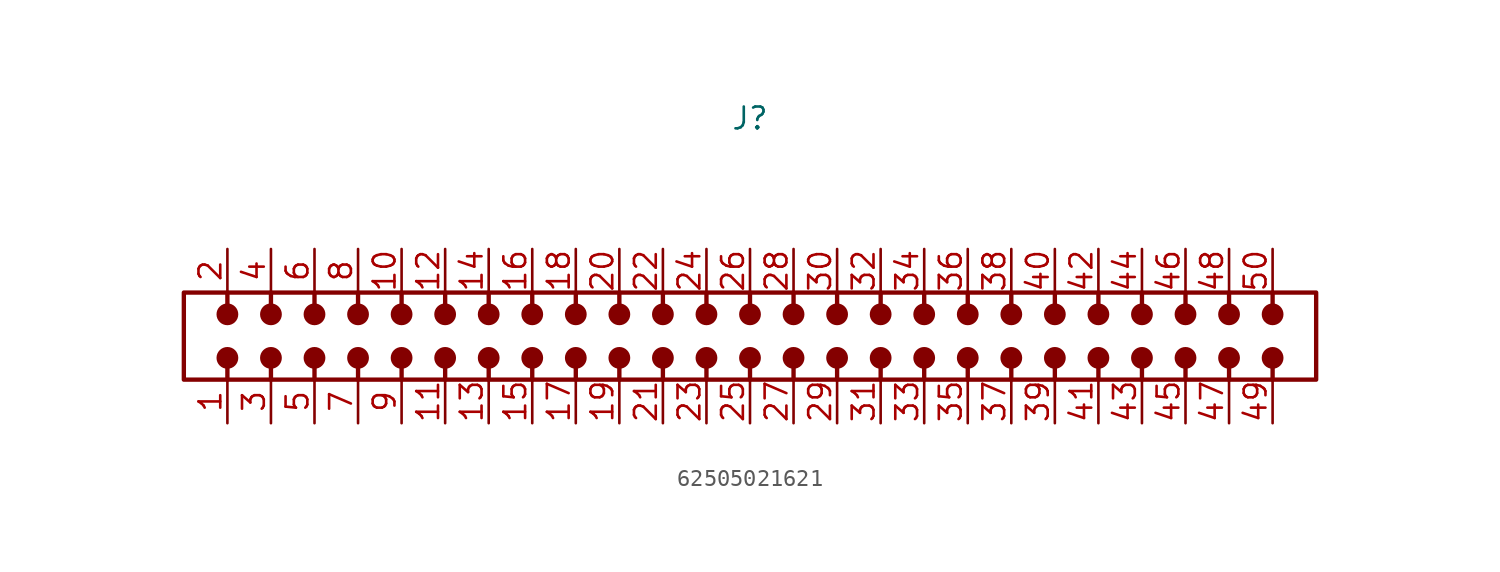
<source format=kicad_sym>
(kicad_symbol_lib
  (version 20241209)
  (generator "kicad_symbol_editor")
  (generator_version "9.0")
  (symbol "62505021621"
    (pin_names
      (hide yes))
    (property "Reference" "J"
      (at 0 12.7 0)
      (effects (font (size 1.27 1.27))))
    (symbol "62505021621_1_1"
      (rectangle (start -33.02 2.54) (end 33.02 -2.54) (stroke (width 0.254) (type solid)) (fill (type none)))
      (polyline (pts (xy -30.48 1.778) (xy -30.48 2.54)) (stroke (width 0.254) (type solid)) (fill (type none)))
      (circle (center -30.48 1.27) (radius 0.508) (stroke (width 0.254) (type solid)) (fill (type outline)))
      (circle (center -30.48 -1.27) (radius 0.508) (stroke (width 0.254) (type solid)) (fill (type outline)))
      (polyline (pts (xy -30.48 -1.778) (xy -30.48 -2.54)) (stroke (width 0.254) (type solid)) (fill (type none)))
      (polyline (pts (xy -27.94 1.778) (xy -27.94 2.54)) (stroke (width 0.254) (type solid)) (fill (type none)))
      (circle (center -27.94 1.27) (radius 0.508) (stroke (width 0.254) (type solid)) (fill (type outline)))
      (circle (center -27.94 -1.27) (radius 0.508) (stroke (width 0.254) (type solid)) (fill (type outline)))
      (polyline (pts (xy -27.94 -1.778) (xy -27.94 -2.54)) (stroke (width 0.254) (type solid)) (fill (type none)))
      (polyline (pts (xy -25.4 1.778) (xy -25.4 2.54)) (stroke (width 0.254) (type solid)) (fill (type none)))
      (circle (center -25.4 1.27) (radius 0.508) (stroke (width 0.254) (type solid)) (fill (type outline)))
      (circle (center -25.4 -1.27) (radius 0.508) (stroke (width 0.254) (type solid)) (fill (type outline)))
      (polyline (pts (xy -25.4 -1.778) (xy -25.4 -2.54)) (stroke (width 0.254) (type solid)) (fill (type none)))
      (polyline (pts (xy -22.86 1.778) (xy -22.86 2.54)) (stroke (width 0.254) (type solid)) (fill (type none)))
      (circle (center -22.86 1.27) (radius 0.508) (stroke (width 0.254) (type solid)) (fill (type outline)))
      (circle (center -22.86 -1.27) (radius 0.508) (stroke (width 0.254) (type solid)) (fill (type outline)))
      (polyline (pts (xy -22.86 -1.778) (xy -22.86 -2.54)) (stroke (width 0.254) (type solid)) (fill (type none)))
      (polyline (pts (xy -20.32 1.778) (xy -20.32 2.54)) (stroke (width 0.254) (type solid)) (fill (type none)))
      (circle (center -20.32 1.27) (radius 0.508) (stroke (width 0.254) (type solid)) (fill (type outline)))
      (circle (center -20.32 -1.27) (radius 0.508) (stroke (width 0.254) (type solid)) (fill (type outline)))
      (polyline (pts (xy -20.32 -1.778) (xy -20.32 -2.54)) (stroke (width 0.254) (type solid)) (fill (type none)))
      (polyline (pts (xy -17.78 1.778) (xy -17.78 2.54)) (stroke (width 0.254) (type solid)) (fill (type none)))
      (circle (center -17.78 1.27) (radius 0.508) (stroke (width 0.254) (type solid)) (fill (type outline)))
      (circle (center -17.78 -1.27) (radius 0.508) (stroke (width 0.254) (type solid)) (fill (type outline)))
      (polyline (pts (xy -17.78 -1.778) (xy -17.78 -2.54)) (stroke (width 0.254) (type solid)) (fill (type none)))
      (polyline (pts (xy -15.24 1.778) (xy -15.24 2.54)) (stroke (width 0.254) (type solid)) (fill (type none)))
      (circle (center -15.24 1.27) (radius 0.508) (stroke (width 0.254) (type solid)) (fill (type outline)))
      (circle (center -15.24 -1.27) (radius 0.508) (stroke (width 0.254) (type solid)) (fill (type outline)))
      (polyline (pts (xy -15.24 -1.778) (xy -15.24 -2.54)) (stroke (width 0.254) (type solid)) (fill (type none)))
      (polyline (pts (xy -12.7 1.778) (xy -12.7 2.54)) (stroke (width 0.254) (type solid)) (fill (type none)))
      (circle (center -12.7 1.27) (radius 0.508) (stroke (width 0.254) (type solid)) (fill (type outline)))
      (circle (center -12.7 -1.27) (radius 0.508) (stroke (width 0.254) (type solid)) (fill (type outline)))
      (polyline (pts (xy -12.7 -1.778) (xy -12.7 -2.54)) (stroke (width 0.254) (type solid)) (fill (type none)))
      (polyline (pts (xy -10.16 1.778) (xy -10.16 2.54)) (stroke (width 0.254) (type solid)) (fill (type none)))
      (circle (center -10.16 1.27) (radius 0.508) (stroke (width 0.254) (type solid)) (fill (type outline)))
      (circle (center -10.16 -1.27) (radius 0.508) (stroke (width 0.254) (type solid)) (fill (type outline)))
      (polyline (pts (xy -10.16 -1.778) (xy -10.16 -2.54)) (stroke (width 0.254) (type solid)) (fill (type none)))
      (polyline (pts (xy -7.62 1.778) (xy -7.62 2.54)) (stroke (width 0.254) (type solid)) (fill (type none)))
      (circle (center -7.62 1.27) (radius 0.508) (stroke (width 0.254) (type solid)) (fill (type outline)))
      (circle (center -7.62 -1.27) (radius 0.508) (stroke (width 0.254) (type solid)) (fill (type outline)))
      (polyline (pts (xy -7.62 -1.778) (xy -7.62 -2.54)) (stroke (width 0.254) (type solid)) (fill (type none)))
      (polyline (pts (xy -5.08 1.778) (xy -5.08 2.54)) (stroke (width 0.254) (type solid)) (fill (type none)))
      (circle (center -5.08 1.27) (radius 0.508) (stroke (width 0.254) (type solid)) (fill (type outline)))
      (circle (center -5.08 -1.27) (radius 0.508) (stroke (width 0.254) (type solid)) (fill (type outline)))
      (polyline (pts (xy -5.08 -1.778) (xy -5.08 -2.54)) (stroke (width 0.254) (type solid)) (fill (type none)))
      (polyline (pts (xy -2.54 1.778) (xy -2.54 2.54)) (stroke (width 0.254) (type solid)) (fill (type none)))
      (circle (center -2.54 1.27) (radius 0.508) (stroke (width 0.254) (type solid)) (fill (type outline)))
      (circle (center -2.54 -1.27) (radius 0.508) (stroke (width 0.254) (type solid)) (fill (type outline)))
      (polyline (pts (xy -2.54 -1.778) (xy -2.54 -2.54)) (stroke (width 0.254) (type solid)) (fill (type none)))
      (polyline (pts (xy 0 1.778) (xy 0 2.54)) (stroke (width 0.254) (type solid)) (fill (type none)))
      (circle (center 0 1.27) (radius 0.508) (stroke (width 0.254) (type solid)) (fill (type outline)))
      (circle (center 0 -1.27) (radius 0.508) (stroke (width 0.254) (type solid)) (fill (type outline)))
      (polyline (pts (xy 0 -1.778) (xy 0 -2.54)) (stroke (width 0.254) (type solid)) (fill (type none)))
      (polyline (pts (xy 2.54 1.778) (xy 2.54 2.54)) (stroke (width 0.254) (type solid)) (fill (type none)))
      (circle (center 2.54 1.27) (radius 0.508) (stroke (width 0.254) (type solid)) (fill (type outline)))
      (circle (center 2.54 -1.27) (radius 0.508) (stroke (width 0.254) (type solid)) (fill (type outline)))
      (polyline (pts (xy 2.54 -1.778) (xy 2.54 -2.54)) (stroke (width 0.254) (type solid)) (fill (type none)))
      (polyline (pts (xy 5.08 1.778) (xy 5.08 2.54)) (stroke (width 0.254) (type solid)) (fill (type none)))
      (circle (center 5.08 1.27) (radius 0.508) (stroke (width 0.254) (type solid)) (fill (type outline)))
      (circle (center 5.08 -1.27) (radius 0.508) (stroke (width 0.254) (type solid)) (fill (type outline)))
      (polyline (pts (xy 5.08 -1.778) (xy 5.08 -2.54)) (stroke (width 0.254) (type solid)) (fill (type none)))
      (polyline (pts (xy 7.62 1.778) (xy 7.62 2.54)) (stroke (width 0.254) (type solid)) (fill (type none)))
      (circle (center 7.62 1.27) (radius 0.508) (stroke (width 0.254) (type solid)) (fill (type outline)))
      (circle (center 7.62 -1.27) (radius 0.508) (stroke (width 0.254) (type solid)) (fill (type outline)))
      (polyline (pts (xy 7.62 -1.778) (xy 7.62 -2.54)) (stroke (width 0.254) (type solid)) (fill (type none)))
      (polyline (pts (xy 10.16 1.778) (xy 10.16 2.54)) (stroke (width 0.254) (type solid)) (fill (type none)))
      (circle (center 10.16 1.27) (radius 0.508) (stroke (width 0.254) (type solid)) (fill (type outline)))
      (circle (center 10.16 -1.27) (radius 0.508) (stroke (width 0.254) (type solid)) (fill (type outline)))
      (polyline (pts (xy 10.16 -1.778) (xy 10.16 -2.54)) (stroke (width 0.254) (type solid)) (fill (type none)))
      (polyline (pts (xy 12.7 1.778) (xy 12.7 2.54)) (stroke (width 0.254) (type solid)) (fill (type none)))
      (circle (center 12.7 1.27) (radius 0.508) (stroke (width 0.254) (type solid)) (fill (type outline)))
      (circle (center 12.7 -1.27) (radius 0.508) (stroke (width 0.254) (type solid)) (fill (type outline)))
      (polyline (pts (xy 12.7 -1.778) (xy 12.7 -2.54)) (stroke (width 0.254) (type solid)) (fill (type none)))
      (polyline (pts (xy 15.24 1.778) (xy 15.24 2.54)) (stroke (width 0.254) (type solid)) (fill (type none)))
      (circle (center 15.24 1.27) (radius 0.508) (stroke (width 0.254) (type solid)) (fill (type outline)))
      (circle (center 15.24 -1.27) (radius 0.508) (stroke (width 0.254) (type solid)) (fill (type outline)))
      (polyline (pts (xy 15.24 -1.778) (xy 15.24 -2.54)) (stroke (width 0.254) (type solid)) (fill (type none)))
      (polyline (pts (xy 17.78 1.778) (xy 17.78 2.54)) (stroke (width 0.254) (type solid)) (fill (type none)))
      (circle (center 17.78 1.27) (radius 0.508) (stroke (width 0.254) (type solid)) (fill (type outline)))
      (circle (center 17.78 -1.27) (radius 0.508) (stroke (width 0.254) (type solid)) (fill (type outline)))
      (polyline (pts (xy 17.78 -1.778) (xy 17.78 -2.54)) (stroke (width 0.254) (type solid)) (fill (type none)))
      (polyline (pts (xy 20.32 1.778) (xy 20.32 2.54)) (stroke (width 0.254) (type solid)) (fill (type none)))
      (circle (center 20.32 1.27) (radius 0.508) (stroke (width 0.254) (type solid)) (fill (type outline)))
      (circle (center 20.32 -1.27) (radius 0.508) (stroke (width 0.254) (type solid)) (fill (type outline)))
      (polyline (pts (xy 20.32 -1.778) (xy 20.32 -2.54)) (stroke (width 0.254) (type solid)) (fill (type none)))
      (polyline (pts (xy 22.86 1.778) (xy 22.86 2.54)) (stroke (width 0.254) (type solid)) (fill (type none)))
      (circle (center 22.86 1.27) (radius 0.508) (stroke (width 0.254) (type solid)) (fill (type outline)))
      (circle (center 22.86 -1.27) (radius 0.508) (stroke (width 0.254) (type solid)) (fill (type outline)))
      (polyline (pts (xy 22.86 -1.778) (xy 22.86 -2.54)) (stroke (width 0.254) (type solid)) (fill (type none)))
      (polyline (pts (xy 25.4 1.778) (xy 25.4 2.54)) (stroke (width 0.254) (type solid)) (fill (type none)))
      (circle (center 25.4 1.27) (radius 0.508) (stroke (width 0.254) (type solid)) (fill (type outline)))
      (circle (center 25.4 -1.27) (radius 0.508) (stroke (width 0.254) (type solid)) (fill (type outline)))
      (polyline (pts (xy 25.4 -1.778) (xy 25.4 -2.54)) (stroke (width 0.254) (type solid)) (fill (type none)))
      (polyline (pts (xy 27.94 1.778) (xy 27.94 2.54)) (stroke (width 0.254) (type solid)) (fill (type none)))
      (circle (center 27.94 1.27) (radius 0.508) (stroke (width 0.254) (type solid)) (fill (type outline)))
      (circle (center 27.94 -1.27) (radius 0.508) (stroke (width 0.254) (type solid)) (fill (type outline)))
      (polyline (pts (xy 27.94 -1.778) (xy 27.94 -2.54)) (stroke (width 0.254) (type solid)) (fill (type none)))
      (polyline (pts (xy 30.48 1.778) (xy 30.48 2.54)) (stroke (width 0.254) (type solid)) (fill (type none)))
      (circle (center 30.48 1.27) (radius 0.508) (stroke (width 0.254) (type solid)) (fill (type outline)))
      (circle (center 30.48 -1.27) (radius 0.508) (stroke (width 0.254) (type solid)) (fill (type outline)))
      (polyline (pts (xy 30.48 -1.778) (xy 30.48 -2.54)) (stroke (width 0.254) (type solid)) (fill (type none)))
      (pin passive line (at -30.48 5.08 270) (length 2.54) (name "2" (effects (font (size 1.27 1.27)))) (number "2" (effects (font (size 1.27 1.27)))))
      (pin passive line (at -30.48 -5.08 90) (length 2.54) (name "1" (effects (font (size 1.27 1.27)))) (number "1" (effects (font (size 1.27 1.27)))))
      (pin passive line (at -27.94 5.08 270) (length 2.54) (name "4" (effects (font (size 1.27 1.27)))) (number "4" (effects (font (size 1.27 1.27)))))
      (pin passive line (at -27.94 -5.08 90) (length 2.54) (name "3" (effects (font (size 1.27 1.27)))) (number "3" (effects (font (size 1.27 1.27)))))
      (pin passive line (at -25.4 5.08 270) (length 2.54) (name "6" (effects (font (size 1.27 1.27)))) (number "6" (effects (font (size 1.27 1.27)))))
      (pin passive line (at -25.4 -5.08 90) (length 2.54) (name "5" (effects (font (size 1.27 1.27)))) (number "5" (effects (font (size 1.27 1.27)))))
      (pin passive line (at -22.86 5.08 270) (length 2.54) (name "8" (effects (font (size 1.27 1.27)))) (number "8" (effects (font (size 1.27 1.27)))))
      (pin passive line (at -22.86 -5.08 90) (length 2.54) (name "7" (effects (font (size 1.27 1.27)))) (number "7" (effects (font (size 1.27 1.27)))))
      (pin passive line (at -20.32 5.08 270) (length 2.54) (name "10" (effects (font (size 1.27 1.27)))) (number "10" (effects (font (size 1.27 1.27)))))
      (pin passive line (at -20.32 -5.08 90) (length 2.54) (name "9" (effects (font (size 1.27 1.27)))) (number "9" (effects (font (size 1.27 1.27)))))
      (pin passive line (at -17.78 5.08 270) (length 2.54) (name "12" (effects (font (size 1.27 1.27)))) (number "12" (effects (font (size 1.27 1.27)))))
      (pin passive line (at -17.78 -5.08 90) (length 2.54) (name "11" (effects (font (size 1.27 1.27)))) (number "11" (effects (font (size 1.27 1.27)))))
      (pin passive line (at -15.24 5.08 270) (length 2.54) (name "14" (effects (font (size 1.27 1.27)))) (number "14" (effects (font (size 1.27 1.27)))))
      (pin passive line (at -15.24 -5.08 90) (length 2.54) (name "13" (effects (font (size 1.27 1.27)))) (number "13" (effects (font (size 1.27 1.27)))))
      (pin passive line (at -12.7 5.08 270) (length 2.54) (name "16" (effects (font (size 1.27 1.27)))) (number "16" (effects (font (size 1.27 1.27)))))
      (pin passive line (at -12.7 -5.08 90) (length 2.54) (name "15" (effects (font (size 1.27 1.27)))) (number "15" (effects (font (size 1.27 1.27)))))
      (pin passive line (at -10.16 5.08 270) (length 2.54) (name "18" (effects (font (size 1.27 1.27)))) (number "18" (effects (font (size 1.27 1.27)))))
      (pin passive line (at -10.16 -5.08 90) (length 2.54) (name "17" (effects (font (size 1.27 1.27)))) (number "17" (effects (font (size 1.27 1.27)))))
      (pin passive line (at -7.62 5.08 270) (length 2.54) (name "20" (effects (font (size 1.27 1.27)))) (number "20" (effects (font (size 1.27 1.27)))))
      (pin passive line (at -7.62 -5.08 90) (length 2.54) (name "19" (effects (font (size 1.27 1.27)))) (number "19" (effects (font (size 1.27 1.27)))))
      (pin passive line (at -5.08 5.08 270) (length 2.54) (name "22" (effects (font (size 1.27 1.27)))) (number "22" (effects (font (size 1.27 1.27)))))
      (pin passive line (at -5.08 -5.08 90) (length 2.54) (name "21" (effects (font (size 1.27 1.27)))) (number "21" (effects (font (size 1.27 1.27)))))
      (pin passive line (at -2.54 5.08 270) (length 2.54) (name "24" (effects (font (size 1.27 1.27)))) (number "24" (effects (font (size 1.27 1.27)))))
      (pin passive line (at -2.54 -5.08 90) (length 2.54) (name "23" (effects (font (size 1.27 1.27)))) (number "23" (effects (font (size 1.27 1.27)))))
      (pin passive line (at 0 5.08 270) (length 2.54) (name "26" (effects (font (size 1.27 1.27)))) (number "26" (effects (font (size 1.27 1.27)))))
      (pin passive line (at 0 -5.08 90) (length 2.54) (name "25" (effects (font (size 1.27 1.27)))) (number "25" (effects (font (size 1.27 1.27)))))
      (pin passive line (at 2.54 5.08 270) (length 2.54) (name "28" (effects (font (size 1.27 1.27)))) (number "28" (effects (font (size 1.27 1.27)))))
      (pin passive line (at 2.54 -5.08 90) (length 2.54) (name "27" (effects (font (size 1.27 1.27)))) (number "27" (effects (font (size 1.27 1.27)))))
      (pin passive line (at 5.08 5.08 270) (length 2.54) (name "30" (effects (font (size 1.27 1.27)))) (number "30" (effects (font (size 1.27 1.27)))))
      (pin passive line (at 5.08 -5.08 90) (length 2.54) (name "29" (effects (font (size 1.27 1.27)))) (number "29" (effects (font (size 1.27 1.27)))))
      (pin passive line (at 7.62 5.08 270) (length 2.54) (name "32" (effects (font (size 1.27 1.27)))) (number "32" (effects (font (size 1.27 1.27)))))
      (pin passive line (at 7.62 -5.08 90) (length 2.54) (name "31" (effects (font (size 1.27 1.27)))) (number "31" (effects (font (size 1.27 1.27)))))
      (pin passive line (at 10.16 5.08 270) (length 2.54) (name "34" (effects (font (size 1.27 1.27)))) (number "34" (effects (font (size 1.27 1.27)))))
      (pin passive line (at 10.16 -5.08 90) (length 2.54) (name "33" (effects (font (size 1.27 1.27)))) (number "33" (effects (font (size 1.27 1.27)))))
      (pin passive line (at 12.7 5.08 270) (length 2.54) (name "36" (effects (font (size 1.27 1.27)))) (number "36" (effects (font (size 1.27 1.27)))))
      (pin passive line (at 12.7 -5.08 90) (length 2.54) (name "35" (effects (font (size 1.27 1.27)))) (number "35" (effects (font (size 1.27 1.27)))))
      (pin passive line (at 15.24 5.08 270) (length 2.54) (name "38" (effects (font (size 1.27 1.27)))) (number "38" (effects (font (size 1.27 1.27)))))
      (pin passive line (at 15.24 -5.08 90) (length 2.54) (name "37" (effects (font (size 1.27 1.27)))) (number "37" (effects (font (size 1.27 1.27)))))
      (pin passive line (at 17.78 5.08 270) (length 2.54) (name "40" (effects (font (size 1.27 1.27)))) (number "40" (effects (font (size 1.27 1.27)))))
      (pin passive line (at 17.78 -5.08 90) (length 2.54) (name "39" (effects (font (size 1.27 1.27)))) (number "39" (effects (font (size 1.27 1.27)))))
      (pin passive line (at 20.32 5.08 270) (length 2.54) (name "42" (effects (font (size 1.27 1.27)))) (number "42" (effects (font (size 1.27 1.27)))))
      (pin passive line (at 20.32 -5.08 90) (length 2.54) (name "41" (effects (font (size 1.27 1.27)))) (number "41" (effects (font (size 1.27 1.27)))))
      (pin passive line (at 22.86 5.08 270) (length 2.54) (name "44" (effects (font (size 1.27 1.27)))) (number "44" (effects (font (size 1.27 1.27)))))
      (pin passive line (at 22.86 -5.08 90) (length 2.54) (name "43" (effects (font (size 1.27 1.27)))) (number "43" (effects (font (size 1.27 1.27)))))
      (pin passive line (at 25.4 5.08 270) (length 2.54) (name "46" (effects (font (size 1.27 1.27)))) (number "46" (effects (font (size 1.27 1.27)))))
      (pin passive line (at 25.4 -5.08 90) (length 2.54) (name "45" (effects (font (size 1.27 1.27)))) (number "45" (effects (font (size 1.27 1.27)))))
      (pin passive line (at 27.94 5.08 270) (length 2.54) (name "48" (effects (font (size 1.27 1.27)))) (number "48" (effects (font (size 1.27 1.27)))))
      (pin passive line (at 27.94 -5.08 90) (length 2.54) (name "47" (effects (font (size 1.27 1.27)))) (number "47" (effects (font (size 1.27 1.27)))))
      (pin passive line (at 30.48 5.08 270) (length 2.54) (name "50" (effects (font (size 1.27 1.27)))) (number "50" (effects (font (size 1.27 1.27)))))
      (pin passive line (at 30.48 -5.08 90) (length 2.54) (name "49" (effects (font (size 1.27 1.27)))) (number "49" (effects (font (size 1.27 1.27))))))))
</source>
